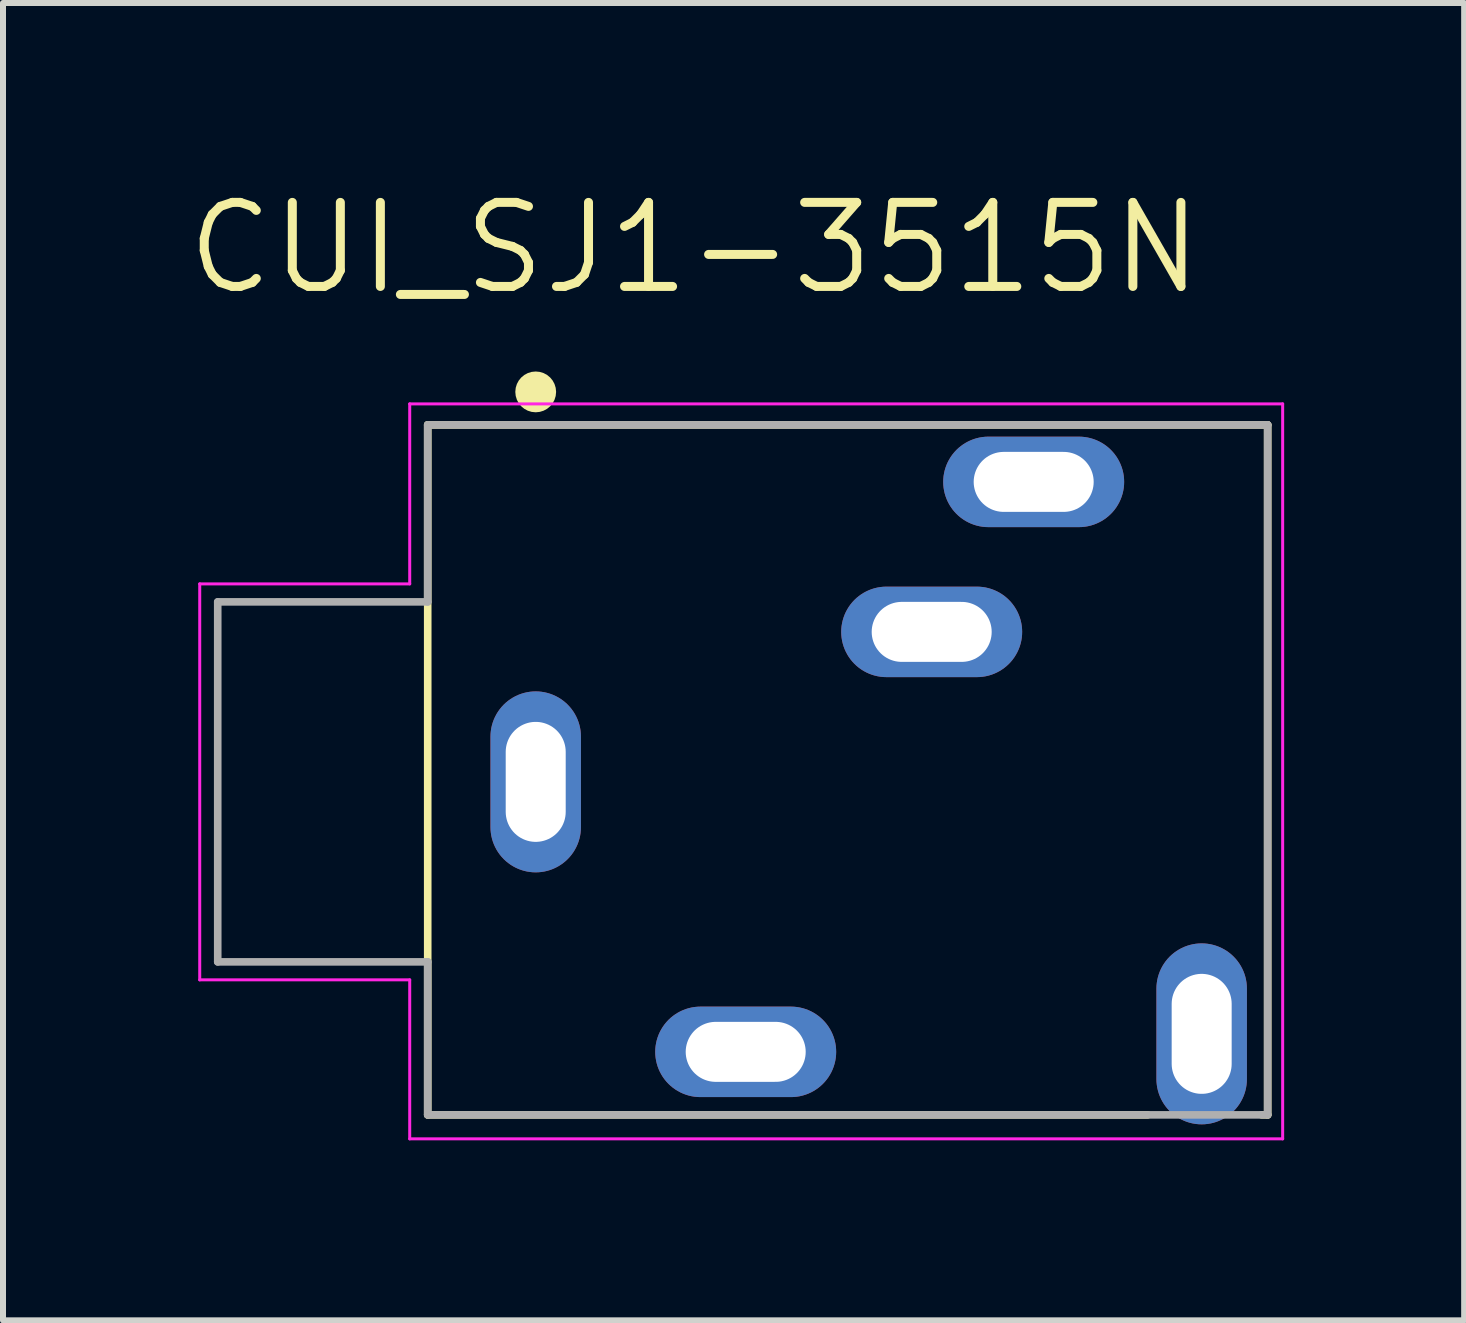
<source format=kicad_pcb>
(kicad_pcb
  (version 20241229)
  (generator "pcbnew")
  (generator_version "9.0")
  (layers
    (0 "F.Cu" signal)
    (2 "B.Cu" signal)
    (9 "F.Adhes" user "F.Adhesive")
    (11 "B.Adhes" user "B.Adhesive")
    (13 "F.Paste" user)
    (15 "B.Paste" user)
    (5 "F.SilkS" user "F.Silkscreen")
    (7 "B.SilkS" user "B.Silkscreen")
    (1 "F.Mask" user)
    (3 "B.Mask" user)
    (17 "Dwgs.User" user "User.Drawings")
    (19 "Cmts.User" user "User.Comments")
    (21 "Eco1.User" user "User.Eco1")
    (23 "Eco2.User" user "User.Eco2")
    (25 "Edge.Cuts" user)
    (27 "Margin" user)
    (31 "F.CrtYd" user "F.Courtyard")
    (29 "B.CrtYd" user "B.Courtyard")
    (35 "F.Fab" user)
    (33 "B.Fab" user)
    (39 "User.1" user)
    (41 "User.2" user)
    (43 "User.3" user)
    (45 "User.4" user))
  (footprint "CUI_SJ1-3515N"
    (layer "F.Cu")
    (at 5.879 9.982)
    (property "Reference" "CUI_SJ1-3515N" (at 2.648 -8.898 0) (layer "F.SilkS") (effects (font (size 1.401 1.401) (thickness 0.15))))
    (attr through_hole)
    (fp_line (start -1.8 -5.95) (end 12.2 -5.95) (stroke (width 0.127) (type solid)) (layer "F.SilkS"))
    (fp_line (start -1.8 5.55) (end -1.8 -5.95) (stroke (width 0.127) (type solid)) (layer "F.SilkS"))
    (fp_line (start 10.2 5.55) (end -1.8 5.55) (stroke (width 0.127) (type solid)) (layer "F.SilkS"))
    (fp_line (start 12.2 -5.95) (end 12.2 5.55) (stroke (width 0.127) (type solid)) (layer "F.SilkS"))
    (fp_line (start 12.2 5.55) (end 12.1 5.55) (stroke (width 0.127) (type solid)) (layer "F.SilkS"))
    (fp_circle (center 0 -6.5) (end 0.17 -6.5) (stroke (width 0.34) (type solid)) (fill no) (layer "F.SilkS"))
    (fp_line (start -5.6 -3.3) (end -5.6 3.3) (stroke (width 0.05) (type solid)) (layer "F.CrtYd"))
    (fp_line (start -5.6 3.3) (end -2.1 3.3) (stroke (width 0.05) (type solid)) (layer "F.CrtYd"))
    (fp_line (start -2.1 -6.3) (end -2.1 -3.3) (stroke (width 0.05) (type solid)) (layer "F.CrtYd"))
    (fp_line (start -2.1 -3.3) (end -5.6 -3.3) (stroke (width 0.05) (type solid)) (layer "F.CrtYd"))
    (fp_line (start -2.1 3.3) (end -2.1 5.95) (stroke (width 0.05) (type solid)) (layer "F.CrtYd"))
    (fp_line (start -2.1 5.95) (end 12.45 5.95) (stroke (width 0.05) (type solid)) (layer "F.CrtYd"))
    (fp_line (start 12.45 -6.3) (end -2.1 -6.3) (stroke (width 0.05) (type solid)) (layer "F.CrtYd"))
    (fp_line (start 12.45 5.95) (end 12.45 -6.3) (stroke (width 0.05) (type solid)) (layer "F.CrtYd"))
    (fp_line (start -5.3 -3) (end -5.3 3) (stroke (width 0.127) (type solid)) (layer "F.Fab"))
    (fp_line (start -5.3 3) (end -1.8 3) (stroke (width 0.127) (type solid)) (layer "F.Fab"))
    (fp_line (start -1.8 -5.95) (end -1.8 -3) (stroke (width 0.127) (type solid)) (layer "F.Fab"))
    (fp_line (start -1.8 -3) (end -5.3 -3) (stroke (width 0.127) (type solid)) (layer "F.Fab"))
    (fp_line (start -1.8 3) (end -1.8 5.55) (stroke (width 0.127) (type solid)) (layer "F.Fab"))
    (fp_line (start -1.8 5.55) (end 12.2 5.55) (stroke (width 0.127) (type solid)) (layer "F.Fab"))
    (fp_line (start 12.2 -5.95) (end -1.8 -5.95) (stroke (width 0.127) (type solid)) (layer "F.Fab"))
    (fp_line (start 12.2 5.55) (end 12.2 -5.95) (stroke (width 0.127) (type solid)) (layer "F.Fab"))
    (pad "1" thru_hole oval (at 0 0) (size 1.508 3.016) (drill oval 1 2) (layers "*.Cu" "*.Mask"))
    (pad "2" thru_hole oval (at 3.5 4.5) (size 3.016 1.508) (drill oval 2 1) (layers "*.Cu" "*.Mask"))
    (pad "3" thru_hole oval (at 8.3 -5) (size 3.016 1.508) (drill oval 2 1) (layers "*.Cu" "*.Mask"))
    (pad "4" thru_hole oval (at 11.1 4.2) (size 1.508 3.016) (drill oval 1 2) (layers "*.Cu" "*.Mask"))
    (pad "5" thru_hole oval (at 6.6 -2.5) (size 3.016 1.508) (drill oval 2 1) (layers "*.Cu" "*.Mask")))
  (gr_rect
    (start -3 -3)
    (end 21.354 18.957)
    (stroke (width 0.1) (type default))
    (fill no)
    (layer "Edge.Cuts")))
</source>
